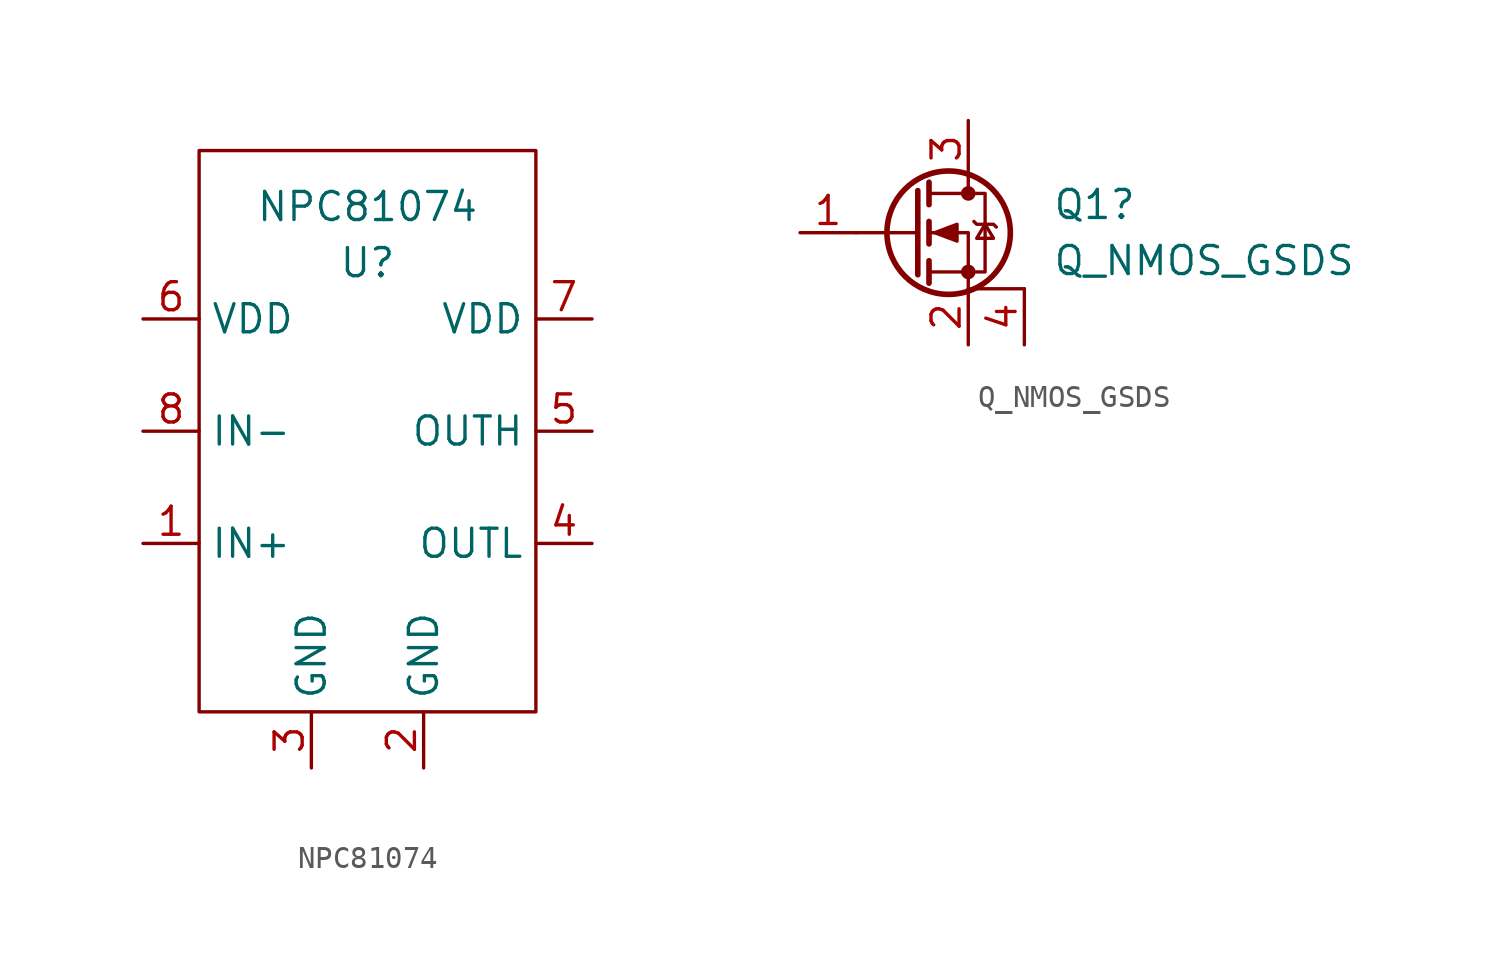
<source format=kicad_sym>
(kicad_symbol_lib
  (version 20211014)
  (generator kicad_symbol_editor)
  (symbol "NPC81074"
    (property "Reference" "U"
      (at 0 10.16 0)
      (effects (font (size 1.27 1.27))))
    (property "Value" "NPC81074"
      (at 0 12.7 0)
      (effects (font (size 1.27 1.27))))
    (symbol "NPC81074_0_1"
      (rectangle (start -7.62 15.24) (end 7.62 -10.16) (stroke (width 0) (type default) (color 0 0 0 0)) (fill (type none))))
    (symbol "NPC81074_1_1"
      (pin input line (at -10.16 -2.54 0) (length 2.54) (name "IN+" (effects (font (size 1.27 1.27)))) (number "1" (effects (font (size 1.27 1.27)))))
      (pin power_in line (at 2.54 -12.7 90) (length 2.54) (name "GND" (effects (font (size 1.27 1.27)))) (number "2" (effects (font (size 1.27 1.27)))))
      (pin power_in line (at -2.54 -12.7 90) (length 2.54) (name "GND" (effects (font (size 1.27 1.27)))) (number "3" (effects (font (size 1.27 1.27)))))
      (pin open_collector line (at 10.16 -2.54 180) (length 2.54) (name "OUTL" (effects (font (size 1.27 1.27)))) (number "4" (effects (font (size 1.27 1.27)))))
      (pin open_emitter line (at 10.16 2.54 180) (length 2.54) (name "OUTH" (effects (font (size 1.27 1.27)))) (number "5" (effects (font (size 1.27 1.27)))))
      (pin power_in line (at -10.16 7.62 0) (length 2.54) (name "VDD" (effects (font (size 1.27 1.27)))) (number "6" (effects (font (size 1.27 1.27)))))
      (pin power_in line (at 10.16 7.62 180) (length 2.54) (name "VDD" (effects (font (size 1.27 1.27)))) (number "7" (effects (font (size 1.27 1.27)))))
      (pin input line (at -10.16 2.54 0) (length 2.54) (name "IN-" (effects (font (size 1.27 1.27)))) (number "8" (effects (font (size 1.27 1.27)))))))
  (symbol "Q_NMOS_GSDS"
    (pin_names
      (offset 0) hide)
    (property "Reference" "Q1"
      (at 6.35 1.27 0)
      (effects (font (size 1.27 1.27)) (justify left)))
    (property "Value" "Q_NMOS_GSDS"
      (at 6.35 -1.27 0)
      (effects (font (size 1.27 1.27)) (justify left)))
    (symbol "Q_NMOS_GSDS_0_1"
      (polyline (pts (xy 0.254 0) (xy -2.54 0)) (stroke (width 0) (type default) (color 0 0 0 0)) (fill (type none)))
      (polyline (pts (xy 0.254 1.905) (xy 0.254 -1.905)) (stroke (width 0.254) (type default) (color 0 0 0 0)) (fill (type none)))
      (polyline (pts (xy 0.762 -1.27) (xy 0.762 -2.286)) (stroke (width 0.254) (type default) (color 0 0 0 0)) (fill (type none)))
      (polyline (pts (xy 0.762 0.508) (xy 0.762 -0.508)) (stroke (width 0.254) (type default) (color 0 0 0 0)) (fill (type none)))
      (polyline (pts (xy 0.762 2.286) (xy 0.762 1.27)) (stroke (width 0.254) (type default) (color 0 0 0 0)) (fill (type none)))
      (polyline (pts (xy 5.08 -2.54) (xy 2.54 -2.54)) (stroke (width 0) (type default) (color 0 0 0 0)) (fill (type none)))
      (polyline (pts (xy 2.54 -2.54) (xy 2.54 0) (xy 0.762 0)) (stroke (width 0) (type default) (color 0 0 0 0)) (fill (type none)))
      (polyline (pts (xy 2.54 2.54) (xy 2.54 2.54) (xy 2.54 1.778)) (stroke (width 0) (type default) (color 0 0 0 0)) (fill (type none)))
      (polyline (pts (xy 0.762 -1.778) (xy 3.302 -1.778) (xy 3.302 1.778) (xy 0.762 1.778)) (stroke (width 0) (type default) (color 0 0 0 0)) (fill (type none)))
      (polyline (pts (xy 1.016 0) (xy 2.032 0.381) (xy 2.032 -0.381) (xy 1.016 0)) (stroke (width 0) (type default) (color 0 0 0 0)) (fill (type outline)))
      (polyline (pts (xy 2.794 0.508) (xy 2.921 0.381) (xy 3.683 0.381) (xy 3.81 0.254)) (stroke (width 0) (type default) (color 0 0 0 0)) (fill (type none)))
      (polyline (pts (xy 3.302 0.381) (xy 2.921 -0.254) (xy 3.683 -0.254) (xy 3.302 0.381)) (stroke (width 0) (type default) (color 0 0 0 0)) (fill (type none)))
      (circle (center 1.651 0) (radius 2.794) (stroke (width 0.254) (type default) (color 0 0 0 0)) (fill (type none)))
      (circle (center 2.54 -1.778) (radius 0.254) (stroke (width 0) (type default) (color 0 0 0 0)) (fill (type outline)))
      (circle (center 2.54 1.778) (radius 0.254) (stroke (width 0) (type default) (color 0 0 0 0)) (fill (type outline))))
    (symbol "Q_NMOS_GSDS_1_1"
      (pin input line (at -5.08 0 0) (length 2.54) (name "G" (effects (font (size 1.27 1.27)))) (number "1" (effects (font (size 1.27 1.27)))))
      (pin passive line (at 2.54 -5.08 90) (length 2.54) (name "S" (effects (font (size 1.27 1.27)))) (number "2" (effects (font (size 1.27 1.27)))))
      (pin passive line (at 2.54 5.08 270) (length 2.54) (name "D" (effects (font (size 1.27 1.27)))) (number "3" (effects (font (size 1.27 1.27)))))
      (pin passive line (at 5.08 -5.08 90) (length 2.54) (name "D" (effects (font (size 1.27 1.27)))) (number "4" (effects (font (size 1.27 1.27))))))))
</source>
